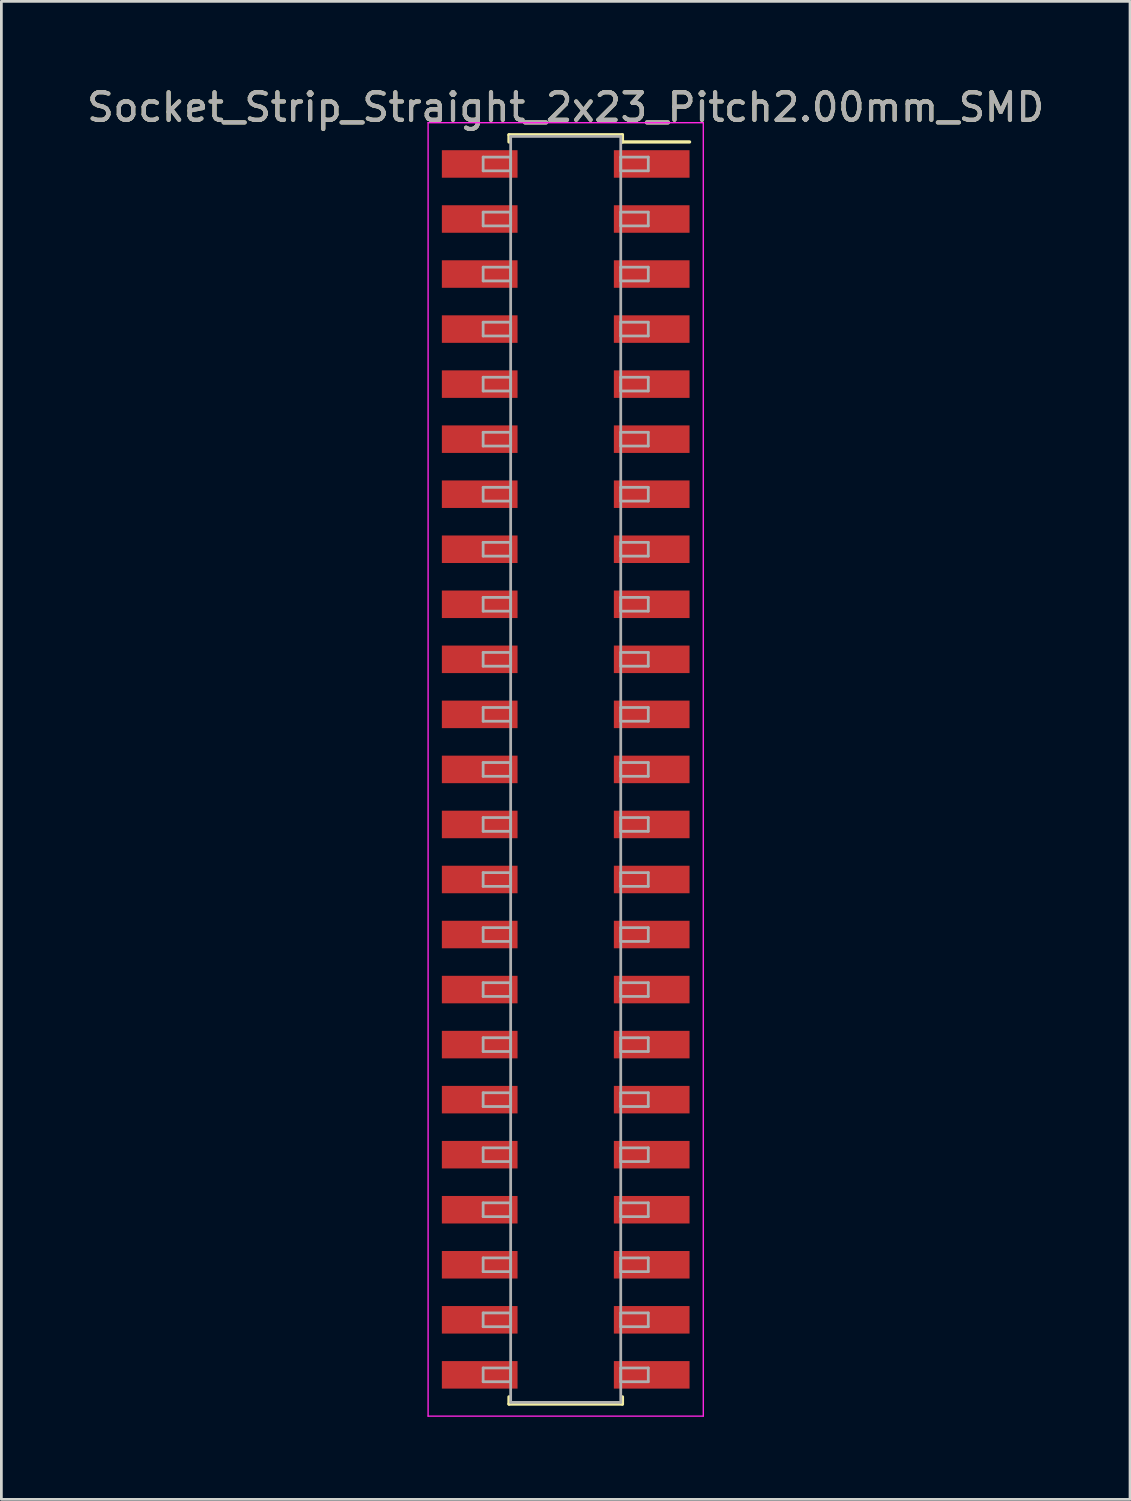
<source format=kicad_pcb>
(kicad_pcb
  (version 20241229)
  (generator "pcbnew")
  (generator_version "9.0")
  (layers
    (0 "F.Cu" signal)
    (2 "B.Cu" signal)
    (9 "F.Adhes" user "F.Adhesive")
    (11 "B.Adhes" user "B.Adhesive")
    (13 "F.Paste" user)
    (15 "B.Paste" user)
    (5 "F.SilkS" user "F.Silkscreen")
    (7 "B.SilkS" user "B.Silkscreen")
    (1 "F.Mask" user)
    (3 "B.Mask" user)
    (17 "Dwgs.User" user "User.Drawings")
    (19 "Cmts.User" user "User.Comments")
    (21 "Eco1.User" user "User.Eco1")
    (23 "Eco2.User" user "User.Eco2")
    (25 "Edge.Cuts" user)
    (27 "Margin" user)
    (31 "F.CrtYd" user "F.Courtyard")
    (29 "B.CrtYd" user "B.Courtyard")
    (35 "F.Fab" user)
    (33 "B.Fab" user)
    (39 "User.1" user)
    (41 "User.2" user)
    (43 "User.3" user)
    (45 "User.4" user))
  (footprint "Socket_Strip_Straight_2x23_Pitch2.00mm_SMD"
    (layer "F.Cu")
    (at 17.506 24.908)
    (property "Reference" "Socket_Strip_Straight_2x23_Pitch2.00mm_SMD" (at 0 -24.06 0) (layer "F.SilkS") (effects (font (size 1 1) (thickness 0.15))))
    (attr smd)
    (fp_line (start -2.06 -23.06) (end 2.06 -23.06) (stroke (width 0.12) (type solid)) (layer "F.SilkS"))
    (fp_line (start -2.06 -22.8) (end -2.06 -23.06) (stroke (width 0.12) (type solid)) (layer "F.SilkS"))
    (fp_line (start -2.06 22.8) (end -2.06 23.06) (stroke (width 0.12) (type solid)) (layer "F.SilkS"))
    (fp_line (start -2.06 23.06) (end 2.06 23.06) (stroke (width 0.12) (type solid)) (layer "F.SilkS"))
    (fp_line (start 2.06 -23.06) (end 2.06 -22.8) (stroke (width 0.12) (type solid)) (layer "F.SilkS"))
    (fp_line (start 2.06 23.06) (end 2.06 22.8) (stroke (width 0.12) (type solid)) (layer "F.SilkS"))
    (fp_line (start 4.5 -22.8) (end 2.06 -22.8) (stroke (width 0.12) (type solid)) (layer "F.SilkS"))
    (fp_line (start -5 -23.5) (end -5 23.5) (stroke (width 0.05) (type solid)) (layer "F.CrtYd"))
    (fp_line (start -5 23.5) (end 5 23.5) (stroke (width 0.05) (type solid)) (layer "F.CrtYd"))
    (fp_line (start 5 -23.5) (end -5 -23.5) (stroke (width 0.05) (type solid)) (layer "F.CrtYd"))
    (fp_line (start 5 23.5) (end 5 -23.5) (stroke (width 0.05) (type solid)) (layer "F.CrtYd"))
    (fp_line (start -3 -22.25) (end -2 -22.25) (stroke (width 0.1) (type solid)) (layer "F.Fab"))
    (fp_line (start -3 -21.75) (end -3 -22.25) (stroke (width 0.1) (type solid)) (layer "F.Fab"))
    (fp_line (start -3 -20.25) (end -2 -20.25) (stroke (width 0.1) (type solid)) (layer "F.Fab"))
    (fp_line (start -3 -19.75) (end -3 -20.25) (stroke (width 0.1) (type solid)) (layer "F.Fab"))
    (fp_line (start -3 -18.25) (end -2 -18.25) (stroke (width 0.1) (type solid)) (layer "F.Fab"))
    (fp_line (start -3 -17.75) (end -3 -18.25) (stroke (width 0.1) (type solid)) (layer "F.Fab"))
    (fp_line (start -3 -16.25) (end -2 -16.25) (stroke (width 0.1) (type solid)) (layer "F.Fab"))
    (fp_line (start -3 -15.75) (end -3 -16.25) (stroke (width 0.1) (type solid)) (layer "F.Fab"))
    (fp_line (start -3 -14.25) (end -2 -14.25) (stroke (width 0.1) (type solid)) (layer "F.Fab"))
    (fp_line (start -3 -13.75) (end -3 -14.25) (stroke (width 0.1) (type solid)) (layer "F.Fab"))
    (fp_line (start -3 -12.25) (end -2 -12.25) (stroke (width 0.1) (type solid)) (layer "F.Fab"))
    (fp_line (start -3 -11.75) (end -3 -12.25) (stroke (width 0.1) (type solid)) (layer "F.Fab"))
    (fp_line (start -3 -10.25) (end -2 -10.25) (stroke (width 0.1) (type solid)) (layer "F.Fab"))
    (fp_line (start -3 -9.75) (end -3 -10.25) (stroke (width 0.1) (type solid)) (layer "F.Fab"))
    (fp_line (start -3 -8.25) (end -2 -8.25) (stroke (width 0.1) (type solid)) (layer "F.Fab"))
    (fp_line (start -3 -7.75) (end -3 -8.25) (stroke (width 0.1) (type solid)) (layer "F.Fab"))
    (fp_line (start -3 -6.25) (end -2 -6.25) (stroke (width 0.1) (type solid)) (layer "F.Fab"))
    (fp_line (start -3 -5.75) (end -3 -6.25) (stroke (width 0.1) (type solid)) (layer "F.Fab"))
    (fp_line (start -3 -4.25) (end -2 -4.25) (stroke (width 0.1) (type solid)) (layer "F.Fab"))
    (fp_line (start -3 -3.75) (end -3 -4.25) (stroke (width 0.1) (type solid)) (layer "F.Fab"))
    (fp_line (start -3 -2.25) (end -2 -2.25) (stroke (width 0.1) (type solid)) (layer "F.Fab"))
    (fp_line (start -3 -1.75) (end -3 -2.25) (stroke (width 0.1) (type solid)) (layer "F.Fab"))
    (fp_line (start -3 -0.25) (end -2 -0.25) (stroke (width 0.1) (type solid)) (layer "F.Fab"))
    (fp_line (start -3 0.25) (end -3 -0.25) (stroke (width 0.1) (type solid)) (layer "F.Fab"))
    (fp_line (start -3 1.75) (end -2 1.75) (stroke (width 0.1) (type solid)) (layer "F.Fab"))
    (fp_line (start -3 2.25) (end -3 1.75) (stroke (width 0.1) (type solid)) (layer "F.Fab"))
    (fp_line (start -3 3.75) (end -2 3.75) (stroke (width 0.1) (type solid)) (layer "F.Fab"))
    (fp_line (start -3 4.25) (end -3 3.75) (stroke (width 0.1) (type solid)) (layer "F.Fab"))
    (fp_line (start -3 5.75) (end -2 5.75) (stroke (width 0.1) (type solid)) (layer "F.Fab"))
    (fp_line (start -3 6.25) (end -3 5.75) (stroke (width 0.1) (type solid)) (layer "F.Fab"))
    (fp_line (start -3 7.75) (end -2 7.75) (stroke (width 0.1) (type solid)) (layer "F.Fab"))
    (fp_line (start -3 8.25) (end -3 7.75) (stroke (width 0.1) (type solid)) (layer "F.Fab"))
    (fp_line (start -3 9.75) (end -2 9.75) (stroke (width 0.1) (type solid)) (layer "F.Fab"))
    (fp_line (start -3 10.25) (end -3 9.75) (stroke (width 0.1) (type solid)) (layer "F.Fab"))
    (fp_line (start -3 11.75) (end -2 11.75) (stroke (width 0.1) (type solid)) (layer "F.Fab"))
    (fp_line (start -3 12.25) (end -3 11.75) (stroke (width 0.1) (type solid)) (layer "F.Fab"))
    (fp_line (start -3 13.75) (end -2 13.75) (stroke (width 0.1) (type solid)) (layer "F.Fab"))
    (fp_line (start -3 14.25) (end -3 13.75) (stroke (width 0.1) (type solid)) (layer "F.Fab"))
    (fp_line (start -3 15.75) (end -2 15.75) (stroke (width 0.1) (type solid)) (layer "F.Fab"))
    (fp_line (start -3 16.25) (end -3 15.75) (stroke (width 0.1) (type solid)) (layer "F.Fab"))
    (fp_line (start -3 17.75) (end -2 17.75) (stroke (width 0.1) (type solid)) (layer "F.Fab"))
    (fp_line (start -3 18.25) (end -3 17.75) (stroke (width 0.1) (type solid)) (layer "F.Fab"))
    (fp_line (start -3 19.75) (end -2 19.75) (stroke (width 0.1) (type solid)) (layer "F.Fab"))
    (fp_line (start -3 20.25) (end -3 19.75) (stroke (width 0.1) (type solid)) (layer "F.Fab"))
    (fp_line (start -3 21.75) (end -2 21.75) (stroke (width 0.1) (type solid)) (layer "F.Fab"))
    (fp_line (start -3 22.25) (end -3 21.75) (stroke (width 0.1) (type solid)) (layer "F.Fab"))
    (fp_line (start -2 -23) (end -2 23) (stroke (width 0.1) (type solid)) (layer "F.Fab"))
    (fp_line (start -2 -22.25) (end -2 -21.75) (stroke (width 0.1) (type solid)) (layer "F.Fab"))
    (fp_line (start -2 -21.75) (end -3 -21.75) (stroke (width 0.1) (type solid)) (layer "F.Fab"))
    (fp_line (start -2 -20.25) (end -2 -19.75) (stroke (width 0.1) (type solid)) (layer "F.Fab"))
    (fp_line (start -2 -19.75) (end -3 -19.75) (stroke (width 0.1) (type solid)) (layer "F.Fab"))
    (fp_line (start -2 -18.25) (end -2 -17.75) (stroke (width 0.1) (type solid)) (layer "F.Fab"))
    (fp_line (start -2 -17.75) (end -3 -17.75) (stroke (width 0.1) (type solid)) (layer "F.Fab"))
    (fp_line (start -2 -16.25) (end -2 -15.75) (stroke (width 0.1) (type solid)) (layer "F.Fab"))
    (fp_line (start -2 -15.75) (end -3 -15.75) (stroke (width 0.1) (type solid)) (layer "F.Fab"))
    (fp_line (start -2 -14.25) (end -2 -13.75) (stroke (width 0.1) (type solid)) (layer "F.Fab"))
    (fp_line (start -2 -13.75) (end -3 -13.75) (stroke (width 0.1) (type solid)) (layer "F.Fab"))
    (fp_line (start -2 -12.25) (end -2 -11.75) (stroke (width 0.1) (type solid)) (layer "F.Fab"))
    (fp_line (start -2 -11.75) (end -3 -11.75) (stroke (width 0.1) (type solid)) (layer "F.Fab"))
    (fp_line (start -2 -10.25) (end -2 -9.75) (stroke (width 0.1) (type solid)) (layer "F.Fab"))
    (fp_line (start -2 -9.75) (end -3 -9.75) (stroke (width 0.1) (type solid)) (layer "F.Fab"))
    (fp_line (start -2 -8.25) (end -2 -7.75) (stroke (width 0.1) (type solid)) (layer "F.Fab"))
    (fp_line (start -2 -7.75) (end -3 -7.75) (stroke (width 0.1) (type solid)) (layer "F.Fab"))
    (fp_line (start -2 -6.25) (end -2 -5.75) (stroke (width 0.1) (type solid)) (layer "F.Fab"))
    (fp_line (start -2 -5.75) (end -3 -5.75) (stroke (width 0.1) (type solid)) (layer "F.Fab"))
    (fp_line (start -2 -4.25) (end -2 -3.75) (stroke (width 0.1) (type solid)) (layer "F.Fab"))
    (fp_line (start -2 -3.75) (end -3 -3.75) (stroke (width 0.1) (type solid)) (layer "F.Fab"))
    (fp_line (start -2 -2.25) (end -2 -1.75) (stroke (width 0.1) (type solid)) (layer "F.Fab"))
    (fp_line (start -2 -1.75) (end -3 -1.75) (stroke (width 0.1) (type solid)) (layer "F.Fab"))
    (fp_line (start -2 -0.25) (end -2 0.25) (stroke (width 0.1) (type solid)) (layer "F.Fab"))
    (fp_line (start -2 0.25) (end -3 0.25) (stroke (width 0.1) (type solid)) (layer "F.Fab"))
    (fp_line (start -2 1.75) (end -2 2.25) (stroke (width 0.1) (type solid)) (layer "F.Fab"))
    (fp_line (start -2 2.25) (end -3 2.25) (stroke (width 0.1) (type solid)) (layer "F.Fab"))
    (fp_line (start -2 3.75) (end -2 4.25) (stroke (width 0.1) (type solid)) (layer "F.Fab"))
    (fp_line (start -2 4.25) (end -3 4.25) (stroke (width 0.1) (type solid)) (layer "F.Fab"))
    (fp_line (start -2 5.75) (end -2 6.25) (stroke (width 0.1) (type solid)) (layer "F.Fab"))
    (fp_line (start -2 6.25) (end -3 6.25) (stroke (width 0.1) (type solid)) (layer "F.Fab"))
    (fp_line (start -2 7.75) (end -2 8.25) (stroke (width 0.1) (type solid)) (layer "F.Fab"))
    (fp_line (start -2 8.25) (end -3 8.25) (stroke (width 0.1) (type solid)) (layer "F.Fab"))
    (fp_line (start -2 9.75) (end -2 10.25) (stroke (width 0.1) (type solid)) (layer "F.Fab"))
    (fp_line (start -2 10.25) (end -3 10.25) (stroke (width 0.1) (type solid)) (layer "F.Fab"))
    (fp_line (start -2 11.75) (end -2 12.25) (stroke (width 0.1) (type solid)) (layer "F.Fab"))
    (fp_line (start -2 12.25) (end -3 12.25) (stroke (width 0.1) (type solid)) (layer "F.Fab"))
    (fp_line (start -2 13.75) (end -2 14.25) (stroke (width 0.1) (type solid)) (layer "F.Fab"))
    (fp_line (start -2 14.25) (end -3 14.25) (stroke (width 0.1) (type solid)) (layer "F.Fab"))
    (fp_line (start -2 15.75) (end -2 16.25) (stroke (width 0.1) (type solid)) (layer "F.Fab"))
    (fp_line (start -2 16.25) (end -3 16.25) (stroke (width 0.1) (type solid)) (layer "F.Fab"))
    (fp_line (start -2 17.75) (end -2 18.25) (stroke (width 0.1) (type solid)) (layer "F.Fab"))
    (fp_line (start -2 18.25) (end -3 18.25) (stroke (width 0.1) (type solid)) (layer "F.Fab"))
    (fp_line (start -2 19.75) (end -2 20.25) (stroke (width 0.1) (type solid)) (layer "F.Fab"))
    (fp_line (start -2 20.25) (end -3 20.25) (stroke (width 0.1) (type solid)) (layer "F.Fab"))
    (fp_line (start -2 21.75) (end -2 22.25) (stroke (width 0.1) (type solid)) (layer "F.Fab"))
    (fp_line (start -2 22.25) (end -3 22.25) (stroke (width 0.1) (type solid)) (layer "F.Fab"))
    (fp_line (start -2 23) (end 2 23) (stroke (width 0.1) (type solid)) (layer "F.Fab"))
    (fp_line (start 2 -23) (end -2 -23) (stroke (width 0.1) (type solid)) (layer "F.Fab"))
    (fp_line (start 2 -22.25) (end 2 -21.75) (stroke (width 0.1) (type solid)) (layer "F.Fab"))
    (fp_line (start 2 -21.75) (end 3 -21.75) (stroke (width 0.1) (type solid)) (layer "F.Fab"))
    (fp_line (start 2 -20.25) (end 2 -19.75) (stroke (width 0.1) (type solid)) (layer "F.Fab"))
    (fp_line (start 2 -19.75) (end 3 -19.75) (stroke (width 0.1) (type solid)) (layer "F.Fab"))
    (fp_line (start 2 -18.25) (end 2 -17.75) (stroke (width 0.1) (type solid)) (layer "F.Fab"))
    (fp_line (start 2 -17.75) (end 3 -17.75) (stroke (width 0.1) (type solid)) (layer "F.Fab"))
    (fp_line (start 2 -16.25) (end 2 -15.75) (stroke (width 0.1) (type solid)) (layer "F.Fab"))
    (fp_line (start 2 -15.75) (end 3 -15.75) (stroke (width 0.1) (type solid)) (layer "F.Fab"))
    (fp_line (start 2 -14.25) (end 2 -13.75) (stroke (width 0.1) (type solid)) (layer "F.Fab"))
    (fp_line (start 2 -13.75) (end 3 -13.75) (stroke (width 0.1) (type solid)) (layer "F.Fab"))
    (fp_line (start 2 -12.25) (end 2 -11.75) (stroke (width 0.1) (type solid)) (layer "F.Fab"))
    (fp_line (start 2 -11.75) (end 3 -11.75) (stroke (width 0.1) (type solid)) (layer "F.Fab"))
    (fp_line (start 2 -10.25) (end 2 -9.75) (stroke (width 0.1) (type solid)) (layer "F.Fab"))
    (fp_line (start 2 -9.75) (end 3 -9.75) (stroke (width 0.1) (type solid)) (layer "F.Fab"))
    (fp_line (start 2 -8.25) (end 2 -7.75) (stroke (width 0.1) (type solid)) (layer "F.Fab"))
    (fp_line (start 2 -7.75) (end 3 -7.75) (stroke (width 0.1) (type solid)) (layer "F.Fab"))
    (fp_line (start 2 -6.25) (end 2 -5.75) (stroke (width 0.1) (type solid)) (layer "F.Fab"))
    (fp_line (start 2 -5.75) (end 3 -5.75) (stroke (width 0.1) (type solid)) (layer "F.Fab"))
    (fp_line (start 2 -4.25) (end 2 -3.75) (stroke (width 0.1) (type solid)) (layer "F.Fab"))
    (fp_line (start 2 -3.75) (end 3 -3.75) (stroke (width 0.1) (type solid)) (layer "F.Fab"))
    (fp_line (start 2 -2.25) (end 2 -1.75) (stroke (width 0.1) (type solid)) (layer "F.Fab"))
    (fp_line (start 2 -1.75) (end 3 -1.75) (stroke (width 0.1) (type solid)) (layer "F.Fab"))
    (fp_line (start 2 -0.25) (end 2 0.25) (stroke (width 0.1) (type solid)) (layer "F.Fab"))
    (fp_line (start 2 0.25) (end 3 0.25) (stroke (width 0.1) (type solid)) (layer "F.Fab"))
    (fp_line (start 2 1.75) (end 2 2.25) (stroke (width 0.1) (type solid)) (layer "F.Fab"))
    (fp_line (start 2 2.25) (end 3 2.25) (stroke (width 0.1) (type solid)) (layer "F.Fab"))
    (fp_line (start 2 3.75) (end 2 4.25) (stroke (width 0.1) (type solid)) (layer "F.Fab"))
    (fp_line (start 2 4.25) (end 3 4.25) (stroke (width 0.1) (type solid)) (layer "F.Fab"))
    (fp_line (start 2 5.75) (end 2 6.25) (stroke (width 0.1) (type solid)) (layer "F.Fab"))
    (fp_line (start 2 6.25) (end 3 6.25) (stroke (width 0.1) (type solid)) (layer "F.Fab"))
    (fp_line (start 2 7.75) (end 2 8.25) (stroke (width 0.1) (type solid)) (layer "F.Fab"))
    (fp_line (start 2 8.25) (end 3 8.25) (stroke (width 0.1) (type solid)) (layer "F.Fab"))
    (fp_line (start 2 9.75) (end 2 10.25) (stroke (width 0.1) (type solid)) (layer "F.Fab"))
    (fp_line (start 2 10.25) (end 3 10.25) (stroke (width 0.1) (type solid)) (layer "F.Fab"))
    (fp_line (start 2 11.75) (end 2 12.25) (stroke (width 0.1) (type solid)) (layer "F.Fab"))
    (fp_line (start 2 12.25) (end 3 12.25) (stroke (width 0.1) (type solid)) (layer "F.Fab"))
    (fp_line (start 2 13.75) (end 2 14.25) (stroke (width 0.1) (type solid)) (layer "F.Fab"))
    (fp_line (start 2 14.25) (end 3 14.25) (stroke (width 0.1) (type solid)) (layer "F.Fab"))
    (fp_line (start 2 15.75) (end 2 16.25) (stroke (width 0.1) (type solid)) (layer "F.Fab"))
    (fp_line (start 2 16.25) (end 3 16.25) (stroke (width 0.1) (type solid)) (layer "F.Fab"))
    (fp_line (start 2 17.75) (end 2 18.25) (stroke (width 0.1) (type solid)) (layer "F.Fab"))
    (fp_line (start 2 18.25) (end 3 18.25) (stroke (width 0.1) (type solid)) (layer "F.Fab"))
    (fp_line (start 2 19.75) (end 2 20.25) (stroke (width 0.1) (type solid)) (layer "F.Fab"))
    (fp_line (start 2 20.25) (end 3 20.25) (stroke (width 0.1) (type solid)) (layer "F.Fab"))
    (fp_line (start 2 21.75) (end 2 22.25) (stroke (width 0.1) (type solid)) (layer "F.Fab"))
    (fp_line (start 2 22.25) (end 3 22.25) (stroke (width 0.1) (type solid)) (layer "F.Fab"))
    (fp_line (start 2 23) (end 2 -23) (stroke (width 0.1) (type solid)) (layer "F.Fab"))
    (fp_line (start 3 -22.25) (end 2 -22.25) (stroke (width 0.1) (type solid)) (layer "F.Fab"))
    (fp_line (start 3 -21.75) (end 3 -22.25) (stroke (width 0.1) (type solid)) (layer "F.Fab"))
    (fp_line (start 3 -20.25) (end 2 -20.25) (stroke (width 0.1) (type solid)) (layer "F.Fab"))
    (fp_line (start 3 -19.75) (end 3 -20.25) (stroke (width 0.1) (type solid)) (layer "F.Fab"))
    (fp_line (start 3 -18.25) (end 2 -18.25) (stroke (width 0.1) (type solid)) (layer "F.Fab"))
    (fp_line (start 3 -17.75) (end 3 -18.25) (stroke (width 0.1) (type solid)) (layer "F.Fab"))
    (fp_line (start 3 -16.25) (end 2 -16.25) (stroke (width 0.1) (type solid)) (layer "F.Fab"))
    (fp_line (start 3 -15.75) (end 3 -16.25) (stroke (width 0.1) (type solid)) (layer "F.Fab"))
    (fp_line (start 3 -14.25) (end 2 -14.25) (stroke (width 0.1) (type solid)) (layer "F.Fab"))
    (fp_line (start 3 -13.75) (end 3 -14.25) (stroke (width 0.1) (type solid)) (layer "F.Fab"))
    (fp_line (start 3 -12.25) (end 2 -12.25) (stroke (width 0.1) (type solid)) (layer "F.Fab"))
    (fp_line (start 3 -11.75) (end 3 -12.25) (stroke (width 0.1) (type solid)) (layer "F.Fab"))
    (fp_line (start 3 -10.25) (end 2 -10.25) (stroke (width 0.1) (type solid)) (layer "F.Fab"))
    (fp_line (start 3 -9.75) (end 3 -10.25) (stroke (width 0.1) (type solid)) (layer "F.Fab"))
    (fp_line (start 3 -8.25) (end 2 -8.25) (stroke (width 0.1) (type solid)) (layer "F.Fab"))
    (fp_line (start 3 -7.75) (end 3 -8.25) (stroke (width 0.1) (type solid)) (layer "F.Fab"))
    (fp_line (start 3 -6.25) (end 2 -6.25) (stroke (width 0.1) (type solid)) (layer "F.Fab"))
    (fp_line (start 3 -5.75) (end 3 -6.25) (stroke (width 0.1) (type solid)) (layer "F.Fab"))
    (fp_line (start 3 -4.25) (end 2 -4.25) (stroke (width 0.1) (type solid)) (layer "F.Fab"))
    (fp_line (start 3 -3.75) (end 3 -4.25) (stroke (width 0.1) (type solid)) (layer "F.Fab"))
    (fp_line (start 3 -2.25) (end 2 -2.25) (stroke (width 0.1) (type solid)) (layer "F.Fab"))
    (fp_line (start 3 -1.75) (end 3 -2.25) (stroke (width 0.1) (type solid)) (layer "F.Fab"))
    (fp_line (start 3 -0.25) (end 2 -0.25) (stroke (width 0.1) (type solid)) (layer "F.Fab"))
    (fp_line (start 3 0.25) (end 3 -0.25) (stroke (width 0.1) (type solid)) (layer "F.Fab"))
    (fp_line (start 3 1.75) (end 2 1.75) (stroke (width 0.1) (type solid)) (layer "F.Fab"))
    (fp_line (start 3 2.25) (end 3 1.75) (stroke (width 0.1) (type solid)) (layer "F.Fab"))
    (fp_line (start 3 3.75) (end 2 3.75) (stroke (width 0.1) (type solid)) (layer "F.Fab"))
    (fp_line (start 3 4.25) (end 3 3.75) (stroke (width 0.1) (type solid)) (layer "F.Fab"))
    (fp_line (start 3 5.75) (end 2 5.75) (stroke (width 0.1) (type solid)) (layer "F.Fab"))
    (fp_line (start 3 6.25) (end 3 5.75) (stroke (width 0.1) (type solid)) (layer "F.Fab"))
    (fp_line (start 3 7.75) (end 2 7.75) (stroke (width 0.1) (type solid)) (layer "F.Fab"))
    (fp_line (start 3 8.25) (end 3 7.75) (stroke (width 0.1) (type solid)) (layer "F.Fab"))
    (fp_line (start 3 9.75) (end 2 9.75) (stroke (width 0.1) (type solid)) (layer "F.Fab"))
    (fp_line (start 3 10.25) (end 3 9.75) (stroke (width 0.1) (type solid)) (layer "F.Fab"))
    (fp_line (start 3 11.75) (end 2 11.75) (stroke (width 0.1) (type solid)) (layer "F.Fab"))
    (fp_line (start 3 12.25) (end 3 11.75) (stroke (width 0.1) (type solid)) (layer "F.Fab"))
    (fp_line (start 3 13.75) (end 2 13.75) (stroke (width 0.1) (type solid)) (layer "F.Fab"))
    (fp_line (start 3 14.25) (end 3 13.75) (stroke (width 0.1) (type solid)) (layer "F.Fab"))
    (fp_line (start 3 15.75) (end 2 15.75) (stroke (width 0.1) (type solid)) (layer "F.Fab"))
    (fp_line (start 3 16.25) (end 3 15.75) (stroke (width 0.1) (type solid)) (layer "F.Fab"))
    (fp_line (start 3 17.75) (end 2 17.75) (stroke (width 0.1) (type solid)) (layer "F.Fab"))
    (fp_line (start 3 18.25) (end 3 17.75) (stroke (width 0.1) (type solid)) (layer "F.Fab"))
    (fp_line (start 3 19.75) (end 2 19.75) (stroke (width 0.1) (type solid)) (layer "F.Fab"))
    (fp_line (start 3 20.25) (end 3 19.75) (stroke (width 0.1) (type solid)) (layer "F.Fab"))
    (fp_line (start 3 21.75) (end 2 21.75) (stroke (width 0.1) (type solid)) (layer "F.Fab"))
    (fp_line (start 3 22.25) (end 3 21.75) (stroke (width 0.1) (type solid)) (layer "F.Fab"))
    (fp_text user "${REFERENCE}" (at 0 -24.06 0) (layer "F.Fab") (effects (font (size 1 1) (thickness 0.15))))
    (pad "1" smd rect (at 3.125 -22) (size 2.75 1) (layers "F.Cu" "F.Mask" "F.Paste"))
    (pad "2" smd rect (at -3.125 -22) (size 2.75 1) (layers "F.Cu" "F.Mask" "F.Paste"))
    (pad "3" smd rect (at 3.125 -20) (size 2.75 1) (layers "F.Cu" "F.Mask" "F.Paste"))
    (pad "4" smd rect (at -3.125 -20) (size 2.75 1) (layers "F.Cu" "F.Mask" "F.Paste"))
    (pad "5" smd rect (at 3.125 -18) (size 2.75 1) (layers "F.Cu" "F.Mask" "F.Paste"))
    (pad "6" smd rect (at -3.125 -18) (size 2.75 1) (layers "F.Cu" "F.Mask" "F.Paste"))
    (pad "7" smd rect (at 3.125 -16) (size 2.75 1) (layers "F.Cu" "F.Mask" "F.Paste"))
    (pad "8" smd rect (at -3.125 -16) (size 2.75 1) (layers "F.Cu" "F.Mask" "F.Paste"))
    (pad "9" smd rect (at 3.125 -14) (size 2.75 1) (layers "F.Cu" "F.Mask" "F.Paste"))
    (pad "10" smd rect (at -3.125 -14) (size 2.75 1) (layers "F.Cu" "F.Mask" "F.Paste"))
    (pad "11" smd rect (at 3.125 -12) (size 2.75 1) (layers "F.Cu" "F.Mask" "F.Paste"))
    (pad "12" smd rect (at -3.125 -12) (size 2.75 1) (layers "F.Cu" "F.Mask" "F.Paste"))
    (pad "13" smd rect (at 3.125 -10) (size 2.75 1) (layers "F.Cu" "F.Mask" "F.Paste"))
    (pad "14" smd rect (at -3.125 -10) (size 2.75 1) (layers "F.Cu" "F.Mask" "F.Paste"))
    (pad "15" smd rect (at 3.125 -8) (size 2.75 1) (layers "F.Cu" "F.Mask" "F.Paste"))
    (pad "16" smd rect (at -3.125 -8) (size 2.75 1) (layers "F.Cu" "F.Mask" "F.Paste"))
    (pad "17" smd rect (at 3.125 -6) (size 2.75 1) (layers "F.Cu" "F.Mask" "F.Paste"))
    (pad "18" smd rect (at -3.125 -6) (size 2.75 1) (layers "F.Cu" "F.Mask" "F.Paste"))
    (pad "19" smd rect (at 3.125 -4) (size 2.75 1) (layers "F.Cu" "F.Mask" "F.Paste"))
    (pad "20" smd rect (at -3.125 -4) (size 2.75 1) (layers "F.Cu" "F.Mask" "F.Paste"))
    (pad "21" smd rect (at 3.125 -2) (size 2.75 1) (layers "F.Cu" "F.Mask" "F.Paste"))
    (pad "22" smd rect (at -3.125 -2) (size 2.75 1) (layers "F.Cu" "F.Mask" "F.Paste"))
    (pad "23" smd rect (at 3.125 0) (size 2.75 1) (layers "F.Cu" "F.Mask" "F.Paste"))
    (pad "24" smd rect (at -3.125 0) (size 2.75 1) (layers "F.Cu" "F.Mask" "F.Paste"))
    (pad "25" smd rect (at 3.125 2) (size 2.75 1) (layers "F.Cu" "F.Mask" "F.Paste"))
    (pad "26" smd rect (at -3.125 2) (size 2.75 1) (layers "F.Cu" "F.Mask" "F.Paste"))
    (pad "27" smd rect (at 3.125 4) (size 2.75 1) (layers "F.Cu" "F.Mask" "F.Paste"))
    (pad "28" smd rect (at -3.125 4) (size 2.75 1) (layers "F.Cu" "F.Mask" "F.Paste"))
    (pad "29" smd rect (at 3.125 6) (size 2.75 1) (layers "F.Cu" "F.Mask" "F.Paste"))
    (pad "30" smd rect (at -3.125 6) (size 2.75 1) (layers "F.Cu" "F.Mask" "F.Paste"))
    (pad "31" smd rect (at 3.125 8) (size 2.75 1) (layers "F.Cu" "F.Mask" "F.Paste"))
    (pad "32" smd rect (at -3.125 8) (size 2.75 1) (layers "F.Cu" "F.Mask" "F.Paste"))
    (pad "33" smd rect (at 3.125 10) (size 2.75 1) (layers "F.Cu" "F.Mask" "F.Paste"))
    (pad "34" smd rect (at -3.125 10) (size 2.75 1) (layers "F.Cu" "F.Mask" "F.Paste"))
    (pad "35" smd rect (at 3.125 12) (size 2.75 1) (layers "F.Cu" "F.Mask" "F.Paste"))
    (pad "36" smd rect (at -3.125 12) (size 2.75 1) (layers "F.Cu" "F.Mask" "F.Paste"))
    (pad "37" smd rect (at 3.125 14) (size 2.75 1) (layers "F.Cu" "F.Mask" "F.Paste"))
    (pad "38" smd rect (at -3.125 14) (size 2.75 1) (layers "F.Cu" "F.Mask" "F.Paste"))
    (pad "39" smd rect (at 3.125 16) (size 2.75 1) (layers "F.Cu" "F.Mask" "F.Paste"))
    (pad "40" smd rect (at -3.125 16) (size 2.75 1) (layers "F.Cu" "F.Mask" "F.Paste"))
    (pad "41" smd rect (at 3.125 18) (size 2.75 1) (layers "F.Cu" "F.Mask" "F.Paste"))
    (pad "42" smd rect (at -3.125 18) (size 2.75 1) (layers "F.Cu" "F.Mask" "F.Paste"))
    (pad "43" smd rect (at 3.125 20) (size 2.75 1) (layers "F.Cu" "F.Mask" "F.Paste"))
    (pad "44" smd rect (at -3.125 20) (size 2.75 1) (layers "F.Cu" "F.Mask" "F.Paste"))
    (pad "45" smd rect (at 3.125 22) (size 2.75 1) (layers "F.Cu" "F.Mask" "F.Paste"))
    (pad "46" smd rect (at -3.125 22) (size 2.75 1) (layers "F.Cu" "F.Mask" "F.Paste")))
  (gr_rect
    (start -3 -3)
    (end 38.012 51.433)
    (stroke (width 0.1) (type default))
    (fill no)
    (layer "Edge.Cuts")))
</source>
